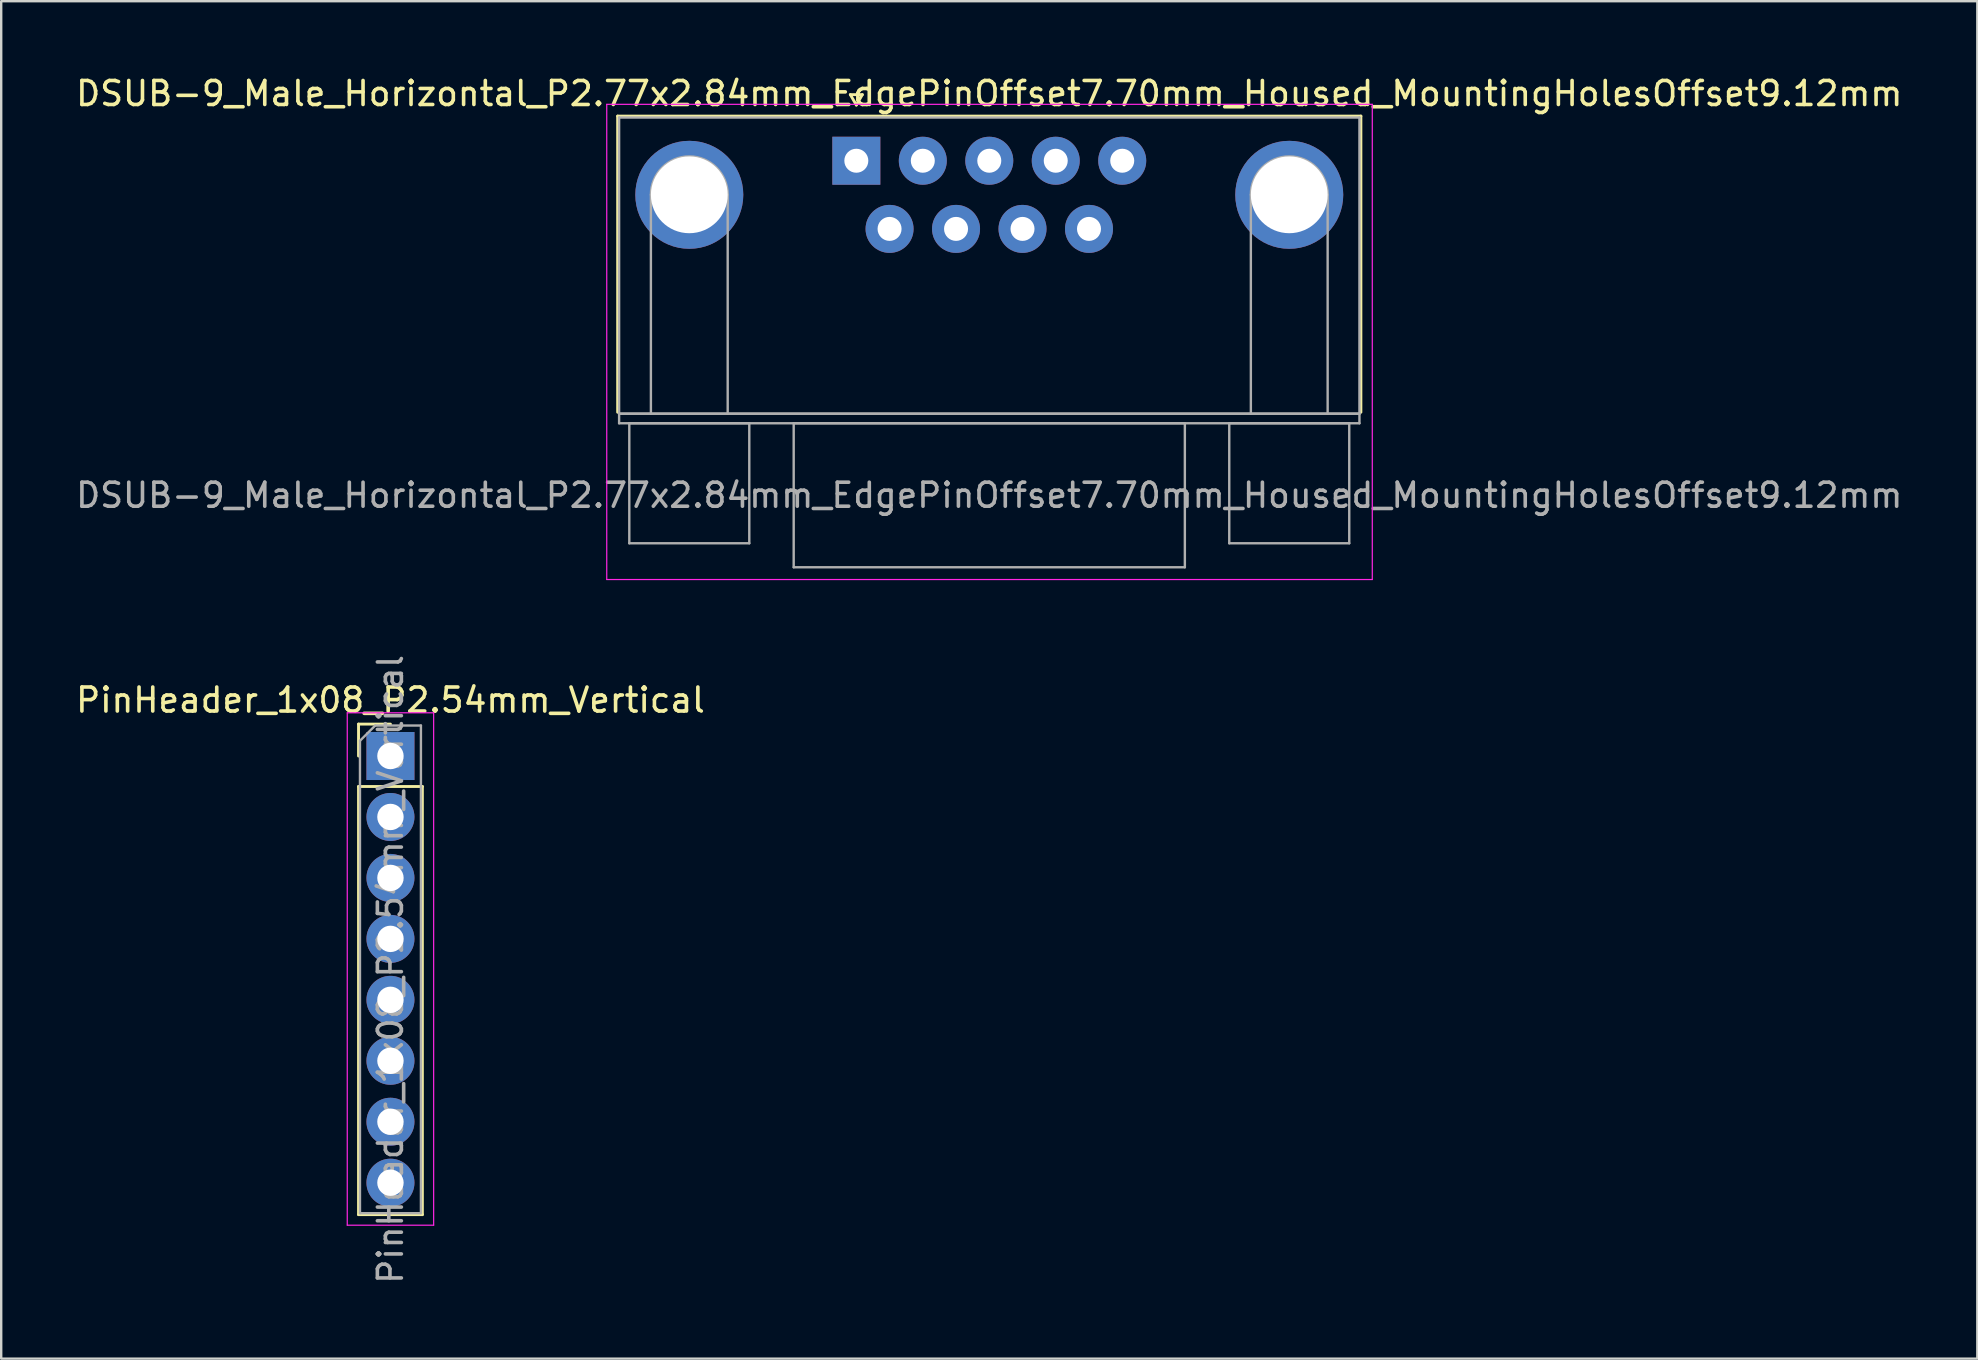
<source format=kicad_pcb>
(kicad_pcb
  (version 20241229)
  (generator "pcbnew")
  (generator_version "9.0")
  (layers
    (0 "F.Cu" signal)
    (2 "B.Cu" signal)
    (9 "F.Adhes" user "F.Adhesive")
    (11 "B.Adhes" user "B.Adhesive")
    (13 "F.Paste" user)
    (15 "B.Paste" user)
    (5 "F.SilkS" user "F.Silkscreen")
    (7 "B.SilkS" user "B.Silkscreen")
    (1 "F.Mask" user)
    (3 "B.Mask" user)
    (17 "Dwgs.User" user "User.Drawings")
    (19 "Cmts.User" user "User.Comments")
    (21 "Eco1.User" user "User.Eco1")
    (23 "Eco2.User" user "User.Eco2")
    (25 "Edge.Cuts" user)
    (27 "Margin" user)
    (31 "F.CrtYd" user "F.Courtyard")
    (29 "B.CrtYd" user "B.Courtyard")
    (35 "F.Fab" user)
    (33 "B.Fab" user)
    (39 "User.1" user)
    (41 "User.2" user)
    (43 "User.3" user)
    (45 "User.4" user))
  (footprint "PinHeader_1x08_P2.54mm_Vertical"
    (layer "F.Cu")
    (at 13.22 28.453)
    (property "Reference" "PinHeader_1x08_P2.54mm_Vertical" (at 0 -2.33 0) (layer "F.SilkS") (effects (font (size 1 1) (thickness 0.15))))
    (attr through_hole)
    (fp_line (start -1.33 -1.33) (end 0 -1.33) (stroke (width 0.12) (type solid)) (layer "F.SilkS"))
    (fp_line (start -1.33 0) (end -1.33 -1.33) (stroke (width 0.12) (type solid)) (layer "F.SilkS"))
    (fp_line (start -1.33 1.27) (end -1.33 19.11) (stroke (width 0.12) (type solid)) (layer "F.SilkS"))
    (fp_line (start -1.33 1.27) (end 1.33 1.27) (stroke (width 0.12) (type solid)) (layer "F.SilkS"))
    (fp_line (start -1.33 19.11) (end 1.33 19.11) (stroke (width 0.12) (type solid)) (layer "F.SilkS"))
    (fp_line (start 1.33 1.27) (end 1.33 19.11) (stroke (width 0.12) (type solid)) (layer "F.SilkS"))
    (fp_line (start -1.8 -1.8) (end -1.8 19.55) (stroke (width 0.05) (type solid)) (layer "F.CrtYd"))
    (fp_line (start -1.8 19.55) (end 1.8 19.55) (stroke (width 0.05) (type solid)) (layer "F.CrtYd"))
    (fp_line (start 1.8 -1.8) (end -1.8 -1.8) (stroke (width 0.05) (type solid)) (layer "F.CrtYd"))
    (fp_line (start 1.8 19.55) (end 1.8 -1.8) (stroke (width 0.05) (type solid)) (layer "F.CrtYd"))
    (fp_line (start -1.27 -0.635) (end -0.635 -1.27) (stroke (width 0.1) (type solid)) (layer "F.Fab"))
    (fp_line (start -1.27 19.05) (end -1.27 -0.635) (stroke (width 0.1) (type solid)) (layer "F.Fab"))
    (fp_line (start -0.635 -1.27) (end 1.27 -1.27) (stroke (width 0.1) (type solid)) (layer "F.Fab"))
    (fp_line (start 1.27 -1.27) (end 1.27 19.05) (stroke (width 0.1) (type solid)) (layer "F.Fab"))
    (fp_line (start 1.27 19.05) (end -1.27 19.05) (stroke (width 0.1) (type solid)) (layer "F.Fab"))
    (fp_text user "${REFERENCE}" (at 0 8.89 90) (layer "F.Fab") (effects (font (size 1 1) (thickness 0.15))))
    (pad "1" thru_hole rect (at 0 0) (size 2 2) (drill 1.1) (layers "*.Cu" "*.Mask"))
    (pad "2" thru_hole oval (at 0 2.54) (size 2 2) (drill 1.1) (layers "*.Cu" "*.Mask"))
    (pad "3" thru_hole oval (at 0 5.08) (size 2 2) (drill 1.1) (layers "*.Cu" "*.Mask"))
    (pad "4" thru_hole oval (at 0 7.62) (size 2 2) (drill 1.1) (layers "*.Cu" "*.Mask"))
    (pad "5" thru_hole oval (at 0 10.16) (size 2 2) (drill 1.1) (layers "*.Cu" "*.Mask"))
    (pad "6" thru_hole oval (at 0 12.7) (size 2 2) (drill 1.1) (layers "*.Cu" "*.Mask"))
    (pad "7" thru_hole oval (at 0 15.24) (size 2 2) (drill 1.1) (layers "*.Cu" "*.Mask"))
    (pad "8" thru_hole oval (at 0 17.78) (size 2 2) (drill 1.1) (layers "*.Cu" "*.Mask")))
  (footprint "DSUB-9_Male_Horizontal_P2.77x2.84mm_EdgePinOffset7.70mm_Housed_MountingHolesOffset9.12mm"
    (layer "F.Cu")
    (at 32.633 3.648)
    (property "Reference" "DSUB-9_Male_Horizontal_P2.77x2.84mm_EdgePinOffset7.70mm_Housed_MountingHolesOffset9.12mm" (at 5.54 -2.8 0) (layer "F.SilkS") (effects (font (size 1 1) (thickness 0.15))))
    (attr through_hole)
    (fp_line (start -9.945 -1.86) (end 21.025 -1.86) (stroke (width 0.12) (type solid)) (layer "F.SilkS"))
    (fp_line (start -9.945 10.48) (end -9.945 -1.86) (stroke (width 0.12) (type solid)) (layer "F.SilkS"))
    (fp_line (start -0.25 -2.754) (end 0.25 -2.754) (stroke (width 0.12) (type solid)) (layer "F.SilkS"))
    (fp_line (start 0 -2.321) (end -0.25 -2.754) (stroke (width 0.12) (type solid)) (layer "F.SilkS"))
    (fp_line (start 0.25 -2.754) (end 0 -2.321) (stroke (width 0.12) (type solid)) (layer "F.SilkS"))
    (fp_line (start 21.025 -1.86) (end 21.025 10.48) (stroke (width 0.12) (type solid)) (layer "F.SilkS"))
    (fp_line (start -10.4 -2.35) (end -10.4 17.45) (stroke (width 0.05) (type solid)) (layer "F.CrtYd"))
    (fp_line (start -10.4 17.45) (end 21.5 17.45) (stroke (width 0.05) (type solid)) (layer "F.CrtYd"))
    (fp_line (start 21.5 -2.35) (end -10.4 -2.35) (stroke (width 0.05) (type solid)) (layer "F.CrtYd"))
    (fp_line (start 21.5 17.45) (end 21.5 -2.35) (stroke (width 0.05) (type solid)) (layer "F.CrtYd"))
    (fp_line (start -9.885 -1.8) (end -9.885 10.54) (stroke (width 0.1) (type solid)) (layer "F.Fab"))
    (fp_line (start -9.885 10.54) (end -9.885 10.94) (stroke (width 0.1) (type solid)) (layer "F.Fab"))
    (fp_line (start -9.885 10.54) (end 20.965 10.54) (stroke (width 0.1) (type solid)) (layer "F.Fab"))
    (fp_line (start -9.885 10.94) (end 20.965 10.94) (stroke (width 0.1) (type solid)) (layer "F.Fab"))
    (fp_line (start -9.46 10.94) (end -9.46 15.94) (stroke (width 0.1) (type solid)) (layer "F.Fab"))
    (fp_line (start -9.46 15.94) (end -4.46 15.94) (stroke (width 0.1) (type solid)) (layer "F.Fab"))
    (fp_line (start -8.56 10.54) (end -8.56 1.42) (stroke (width 0.1) (type solid)) (layer "F.Fab"))
    (fp_line (start -5.36 10.54) (end -5.36 1.42) (stroke (width 0.1) (type solid)) (layer "F.Fab"))
    (fp_line (start -4.46 10.94) (end -9.46 10.94) (stroke (width 0.1) (type solid)) (layer "F.Fab"))
    (fp_line (start -4.46 15.94) (end -4.46 10.94) (stroke (width 0.1) (type solid)) (layer "F.Fab"))
    (fp_line (start -2.61 10.94) (end -2.61 16.94) (stroke (width 0.1) (type solid)) (layer "F.Fab"))
    (fp_line (start -2.61 16.94) (end 13.69 16.94) (stroke (width 0.1) (type solid)) (layer "F.Fab"))
    (fp_line (start 13.69 10.94) (end -2.61 10.94) (stroke (width 0.1) (type solid)) (layer "F.Fab"))
    (fp_line (start 13.69 16.94) (end 13.69 10.94) (stroke (width 0.1) (type solid)) (layer "F.Fab"))
    (fp_line (start 15.54 10.94) (end 15.54 15.94) (stroke (width 0.1) (type solid)) (layer "F.Fab"))
    (fp_line (start 15.54 15.94) (end 20.54 15.94) (stroke (width 0.1) (type solid)) (layer "F.Fab"))
    (fp_line (start 16.44 10.54) (end 16.44 1.42) (stroke (width 0.1) (type solid)) (layer "F.Fab"))
    (fp_line (start 19.64 10.54) (end 19.64 1.42) (stroke (width 0.1) (type solid)) (layer "F.Fab"))
    (fp_line (start 20.54 10.94) (end 15.54 10.94) (stroke (width 0.1) (type solid)) (layer "F.Fab"))
    (fp_line (start 20.54 15.94) (end 20.54 10.94) (stroke (width 0.1) (type solid)) (layer "F.Fab"))
    (fp_line (start 20.965 -1.8) (end -9.885 -1.8) (stroke (width 0.1) (type solid)) (layer "F.Fab"))
    (fp_line (start 20.965 10.54) (end -9.885 10.54) (stroke (width 0.1) (type solid)) (layer "F.Fab"))
    (fp_line (start 20.965 10.54) (end 20.965 -1.8) (stroke (width 0.1) (type solid)) (layer "F.Fab"))
    (fp_line (start 20.965 10.94) (end 20.965 10.54) (stroke (width 0.1) (type solid)) (layer "F.Fab"))
    (fp_arc (start -8.56 1.42) (mid -6.96 -0.18) (end -5.36 1.42) (stroke (width 0.1) (type solid)) (layer "F.Fab"))
    (fp_arc (start 16.44 1.42) (mid 18.04 -0.18) (end 19.64 1.42) (stroke (width 0.1) (type solid)) (layer "F.Fab"))
    (fp_text user "${REFERENCE}" (at 5.54 13.94 0) (layer "F.Fab") (effects (font (size 1 1) (thickness 0.15))))
    (pad "0" thru_hole circle (at -6.96 1.42) (size 4.5 4.5) (drill 3.2) (layers "*.Cu" "*.Mask"))
    (pad "0" thru_hole circle (at 18.04 1.42) (size 4.5 4.5) (drill 3.2) (layers "*.Cu" "*.Mask"))
    (pad "1" thru_hole rect (at 0 0) (size 2 2) (drill 1) (layers "*.Cu" "*.Mask"))
    (pad "2" thru_hole circle (at 2.77 0) (size 2 2) (drill 1) (layers "*.Cu" "*.Mask"))
    (pad "3" thru_hole circle (at 5.54 0) (size 2 2) (drill 1) (layers "*.Cu" "*.Mask"))
    (pad "4" thru_hole circle (at 8.31 0) (size 2 2) (drill 1) (layers "*.Cu" "*.Mask"))
    (pad "5" thru_hole circle (at 11.08 0) (size 2 2) (drill 1) (layers "*.Cu" "*.Mask"))
    (pad "6" thru_hole circle (at 1.385 2.84) (size 2 2) (drill 1) (layers "*.Cu" "*.Mask"))
    (pad "7" thru_hole circle (at 4.155 2.84) (size 2 2) (drill 1) (layers "*.Cu" "*.Mask"))
    (pad "8" thru_hole circle (at 6.925 2.84) (size 2 2) (drill 1) (layers "*.Cu" "*.Mask"))
    (pad "9" thru_hole circle (at 9.695 2.84) (size 2 2) (drill 1) (layers "*.Cu" "*.Mask")))
  (gr_rect
    (start -3 -3)
    (end 79.345 53.564)
    (stroke (width 0.1) (type default))
    (fill no)
    (layer "Edge.Cuts")))
</source>
